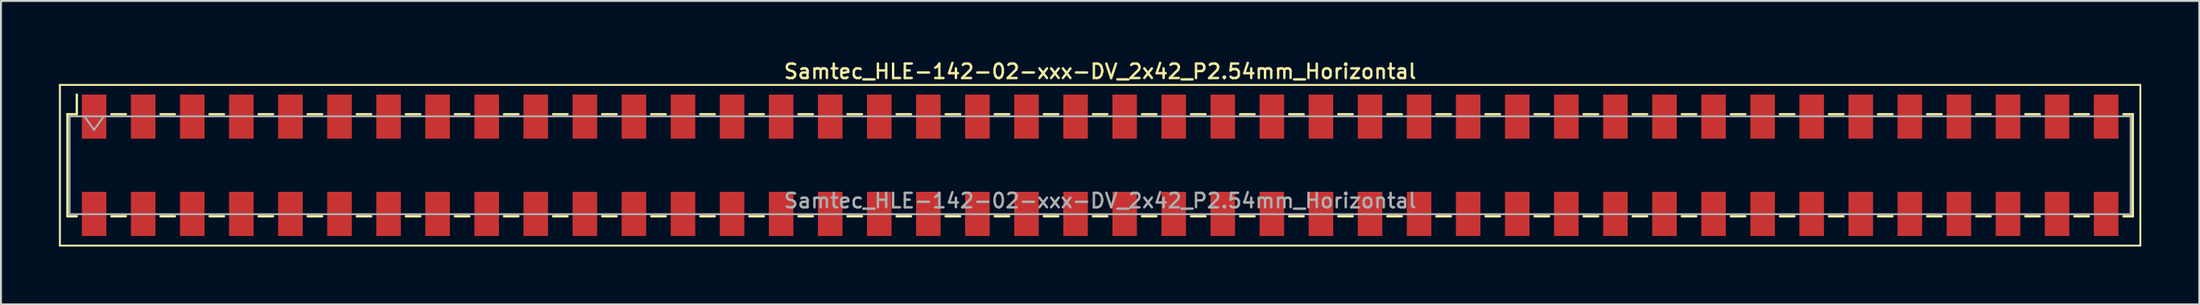
<source format=kicad_pcb>
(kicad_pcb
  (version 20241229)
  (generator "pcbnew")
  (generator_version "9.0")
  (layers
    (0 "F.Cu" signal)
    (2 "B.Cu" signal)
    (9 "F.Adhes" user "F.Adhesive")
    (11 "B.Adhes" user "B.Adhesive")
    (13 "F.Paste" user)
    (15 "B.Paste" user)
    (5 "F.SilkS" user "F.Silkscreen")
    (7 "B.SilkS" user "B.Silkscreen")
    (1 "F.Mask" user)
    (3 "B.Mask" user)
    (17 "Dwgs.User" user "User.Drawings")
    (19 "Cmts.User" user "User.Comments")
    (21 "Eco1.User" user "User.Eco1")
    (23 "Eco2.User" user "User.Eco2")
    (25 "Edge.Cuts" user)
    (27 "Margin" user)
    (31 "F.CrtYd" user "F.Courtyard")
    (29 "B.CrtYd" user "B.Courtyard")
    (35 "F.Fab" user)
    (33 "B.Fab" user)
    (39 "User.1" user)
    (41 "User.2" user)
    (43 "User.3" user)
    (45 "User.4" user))
  (footprint "Samtec_HLE-142-02-xxx-DV_2x42_P2.54mm_Horizontal"
    (layer "F.Cu")
    (at 53.89 5.528)
    (property "Reference" "Samtec_HLE-142-02-xxx-DV_2x42_P2.54mm_Horizontal" (at 0 -4.87 0) (layer "F.SilkS") (effects (font (size 0.75 0.75) (thickness 0.125))))
    (attr smd)
    (fp_line (start -53.84 -4.17) (end 53.84 -4.17) (stroke (width 0.1) (type solid)) (layer "F.SilkS"))
    (fp_line (start -53.84 4.17) (end -53.84 -4.17) (stroke (width 0.1) (type solid)) (layer "F.SilkS"))
    (fp_line (start -53.45 -2.65) (end -53.45 2.65) (stroke (width 0.12) (type solid)) (layer "F.SilkS"))
    (fp_line (start -53.45 2.65) (end -52.965 2.65) (stroke (width 0.12) (type solid)) (layer "F.SilkS"))
    (fp_line (start -52.965 -3.67) (end -52.965 -2.65) (stroke (width 0.12) (type solid)) (layer "F.SilkS"))
    (fp_line (start -52.965 -2.65) (end -53.45 -2.65) (stroke (width 0.12) (type solid)) (layer "F.SilkS"))
    (fp_line (start -51.175 -2.65) (end -50.425 -2.65) (stroke (width 0.12) (type solid)) (layer "F.SilkS"))
    (fp_line (start -51.175 2.65) (end -50.425 2.65) (stroke (width 0.12) (type solid)) (layer "F.SilkS"))
    (fp_line (start -48.635 -2.65) (end -47.885 -2.65) (stroke (width 0.12) (type solid)) (layer "F.SilkS"))
    (fp_line (start -48.635 2.65) (end -47.885 2.65) (stroke (width 0.12) (type solid)) (layer "F.SilkS"))
    (fp_line (start -46.095 -2.65) (end -45.345 -2.65) (stroke (width 0.12) (type solid)) (layer "F.SilkS"))
    (fp_line (start -46.095 2.65) (end -45.345 2.65) (stroke (width 0.12) (type solid)) (layer "F.SilkS"))
    (fp_line (start -43.555 -2.65) (end -42.805 -2.65) (stroke (width 0.12) (type solid)) (layer "F.SilkS"))
    (fp_line (start -43.555 2.65) (end -42.805 2.65) (stroke (width 0.12) (type solid)) (layer "F.SilkS"))
    (fp_line (start -41.015 -2.65) (end -40.265 -2.65) (stroke (width 0.12) (type solid)) (layer "F.SilkS"))
    (fp_line (start -41.015 2.65) (end -40.265 2.65) (stroke (width 0.12) (type solid)) (layer "F.SilkS"))
    (fp_line (start -38.475 -2.65) (end -37.725 -2.65) (stroke (width 0.12) (type solid)) (layer "F.SilkS"))
    (fp_line (start -38.475 2.65) (end -37.725 2.65) (stroke (width 0.12) (type solid)) (layer "F.SilkS"))
    (fp_line (start -35.935 -2.65) (end -35.185 -2.65) (stroke (width 0.12) (type solid)) (layer "F.SilkS"))
    (fp_line (start -35.935 2.65) (end -35.185 2.65) (stroke (width 0.12) (type solid)) (layer "F.SilkS"))
    (fp_line (start -33.395 -2.65) (end -32.645 -2.65) (stroke (width 0.12) (type solid)) (layer "F.SilkS"))
    (fp_line (start -33.395 2.65) (end -32.645 2.65) (stroke (width 0.12) (type solid)) (layer "F.SilkS"))
    (fp_line (start -30.855 -2.65) (end -30.105 -2.65) (stroke (width 0.12) (type solid)) (layer "F.SilkS"))
    (fp_line (start -30.855 2.65) (end -30.105 2.65) (stroke (width 0.12) (type solid)) (layer "F.SilkS"))
    (fp_line (start -28.315 -2.65) (end -27.565 -2.65) (stroke (width 0.12) (type solid)) (layer "F.SilkS"))
    (fp_line (start -28.315 2.65) (end -27.565 2.65) (stroke (width 0.12) (type solid)) (layer "F.SilkS"))
    (fp_line (start -25.775 -2.65) (end -25.025 -2.65) (stroke (width 0.12) (type solid)) (layer "F.SilkS"))
    (fp_line (start -25.775 2.65) (end -25.025 2.65) (stroke (width 0.12) (type solid)) (layer "F.SilkS"))
    (fp_line (start -23.235 -2.65) (end -22.485 -2.65) (stroke (width 0.12) (type solid)) (layer "F.SilkS"))
    (fp_line (start -23.235 2.65) (end -22.485 2.65) (stroke (width 0.12) (type solid)) (layer "F.SilkS"))
    (fp_line (start -20.695 -2.65) (end -19.945 -2.65) (stroke (width 0.12) (type solid)) (layer "F.SilkS"))
    (fp_line (start -20.695 2.65) (end -19.945 2.65) (stroke (width 0.12) (type solid)) (layer "F.SilkS"))
    (fp_line (start -18.155 -2.65) (end -17.405 -2.65) (stroke (width 0.12) (type solid)) (layer "F.SilkS"))
    (fp_line (start -18.155 2.65) (end -17.405 2.65) (stroke (width 0.12) (type solid)) (layer "F.SilkS"))
    (fp_line (start -15.615 -2.65) (end -14.865 -2.65) (stroke (width 0.12) (type solid)) (layer "F.SilkS"))
    (fp_line (start -15.615 2.65) (end -14.865 2.65) (stroke (width 0.12) (type solid)) (layer "F.SilkS"))
    (fp_line (start -13.075 -2.65) (end -12.325 -2.65) (stroke (width 0.12) (type solid)) (layer "F.SilkS"))
    (fp_line (start -13.075 2.65) (end -12.325 2.65) (stroke (width 0.12) (type solid)) (layer "F.SilkS"))
    (fp_line (start -10.535 -2.65) (end -9.785 -2.65) (stroke (width 0.12) (type solid)) (layer "F.SilkS"))
    (fp_line (start -10.535 2.65) (end -9.785 2.65) (stroke (width 0.12) (type solid)) (layer "F.SilkS"))
    (fp_line (start -7.995 -2.65) (end -7.245 -2.65) (stroke (width 0.12) (type solid)) (layer "F.SilkS"))
    (fp_line (start -7.995 2.65) (end -7.245 2.65) (stroke (width 0.12) (type solid)) (layer "F.SilkS"))
    (fp_line (start -5.455 -2.65) (end -4.705 -2.65) (stroke (width 0.12) (type solid)) (layer "F.SilkS"))
    (fp_line (start -5.455 2.65) (end -4.705 2.65) (stroke (width 0.12) (type solid)) (layer "F.SilkS"))
    (fp_line (start -2.915 -2.65) (end -2.165 -2.65) (stroke (width 0.12) (type solid)) (layer "F.SilkS"))
    (fp_line (start -2.915 2.65) (end -2.165 2.65) (stroke (width 0.12) (type solid)) (layer "F.SilkS"))
    (fp_line (start -0.375 -2.65) (end 0.375 -2.65) (stroke (width 0.12) (type solid)) (layer "F.SilkS"))
    (fp_line (start -0.375 2.65) (end 0.375 2.65) (stroke (width 0.12) (type solid)) (layer "F.SilkS"))
    (fp_line (start 2.165 -2.65) (end 2.915 -2.65) (stroke (width 0.12) (type solid)) (layer "F.SilkS"))
    (fp_line (start 2.165 2.65) (end 2.915 2.65) (stroke (width 0.12) (type solid)) (layer "F.SilkS"))
    (fp_line (start 4.705 -2.65) (end 5.455 -2.65) (stroke (width 0.12) (type solid)) (layer "F.SilkS"))
    (fp_line (start 4.705 2.65) (end 5.455 2.65) (stroke (width 0.12) (type solid)) (layer "F.SilkS"))
    (fp_line (start 7.245 -2.65) (end 7.995 -2.65) (stroke (width 0.12) (type solid)) (layer "F.SilkS"))
    (fp_line (start 7.245 2.65) (end 7.995 2.65) (stroke (width 0.12) (type solid)) (layer "F.SilkS"))
    (fp_line (start 9.785 -2.65) (end 10.535 -2.65) (stroke (width 0.12) (type solid)) (layer "F.SilkS"))
    (fp_line (start 9.785 2.65) (end 10.535 2.65) (stroke (width 0.12) (type solid)) (layer "F.SilkS"))
    (fp_line (start 12.325 -2.65) (end 13.075 -2.65) (stroke (width 0.12) (type solid)) (layer "F.SilkS"))
    (fp_line (start 12.325 2.65) (end 13.075 2.65) (stroke (width 0.12) (type solid)) (layer "F.SilkS"))
    (fp_line (start 14.865 -2.65) (end 15.615 -2.65) (stroke (width 0.12) (type solid)) (layer "F.SilkS"))
    (fp_line (start 14.865 2.65) (end 15.615 2.65) (stroke (width 0.12) (type solid)) (layer "F.SilkS"))
    (fp_line (start 17.405 -2.65) (end 18.155 -2.65) (stroke (width 0.12) (type solid)) (layer "F.SilkS"))
    (fp_line (start 17.405 2.65) (end 18.155 2.65) (stroke (width 0.12) (type solid)) (layer "F.SilkS"))
    (fp_line (start 19.945 -2.65) (end 20.695 -2.65) (stroke (width 0.12) (type solid)) (layer "F.SilkS"))
    (fp_line (start 19.945 2.65) (end 20.695 2.65) (stroke (width 0.12) (type solid)) (layer "F.SilkS"))
    (fp_line (start 22.485 -2.65) (end 23.235 -2.65) (stroke (width 0.12) (type solid)) (layer "F.SilkS"))
    (fp_line (start 22.485 2.65) (end 23.235 2.65) (stroke (width 0.12) (type solid)) (layer "F.SilkS"))
    (fp_line (start 25.025 -2.65) (end 25.775 -2.65) (stroke (width 0.12) (type solid)) (layer "F.SilkS"))
    (fp_line (start 25.025 2.65) (end 25.775 2.65) (stroke (width 0.12) (type solid)) (layer "F.SilkS"))
    (fp_line (start 27.565 -2.65) (end 28.315 -2.65) (stroke (width 0.12) (type solid)) (layer "F.SilkS"))
    (fp_line (start 27.565 2.65) (end 28.315 2.65) (stroke (width 0.12) (type solid)) (layer "F.SilkS"))
    (fp_line (start 30.105 -2.65) (end 30.855 -2.65) (stroke (width 0.12) (type solid)) (layer "F.SilkS"))
    (fp_line (start 30.105 2.65) (end 30.855 2.65) (stroke (width 0.12) (type solid)) (layer "F.SilkS"))
    (fp_line (start 32.645 -2.65) (end 33.395 -2.65) (stroke (width 0.12) (type solid)) (layer "F.SilkS"))
    (fp_line (start 32.645 2.65) (end 33.395 2.65) (stroke (width 0.12) (type solid)) (layer "F.SilkS"))
    (fp_line (start 35.185 -2.65) (end 35.935 -2.65) (stroke (width 0.12) (type solid)) (layer "F.SilkS"))
    (fp_line (start 35.185 2.65) (end 35.935 2.65) (stroke (width 0.12) (type solid)) (layer "F.SilkS"))
    (fp_line (start 37.725 -2.65) (end 38.475 -2.65) (stroke (width 0.12) (type solid)) (layer "F.SilkS"))
    (fp_line (start 37.725 2.65) (end 38.475 2.65) (stroke (width 0.12) (type solid)) (layer "F.SilkS"))
    (fp_line (start 40.265 -2.65) (end 41.015 -2.65) (stroke (width 0.12) (type solid)) (layer "F.SilkS"))
    (fp_line (start 40.265 2.65) (end 41.015 2.65) (stroke (width 0.12) (type solid)) (layer "F.SilkS"))
    (fp_line (start 42.805 -2.65) (end 43.555 -2.65) (stroke (width 0.12) (type solid)) (layer "F.SilkS"))
    (fp_line (start 42.805 2.65) (end 43.555 2.65) (stroke (width 0.12) (type solid)) (layer "F.SilkS"))
    (fp_line (start 45.345 -2.65) (end 46.095 -2.65) (stroke (width 0.12) (type solid)) (layer "F.SilkS"))
    (fp_line (start 45.345 2.65) (end 46.095 2.65) (stroke (width 0.12) (type solid)) (layer "F.SilkS"))
    (fp_line (start 47.885 -2.65) (end 48.635 -2.65) (stroke (width 0.12) (type solid)) (layer "F.SilkS"))
    (fp_line (start 47.885 2.65) (end 48.635 2.65) (stroke (width 0.12) (type solid)) (layer "F.SilkS"))
    (fp_line (start 50.425 -2.65) (end 51.175 -2.65) (stroke (width 0.12) (type solid)) (layer "F.SilkS"))
    (fp_line (start 50.425 2.65) (end 51.175 2.65) (stroke (width 0.12) (type solid)) (layer "F.SilkS"))
    (fp_line (start 52.965 -2.65) (end 53.45 -2.65) (stroke (width 0.12) (type solid)) (layer "F.SilkS"))
    (fp_line (start 53.45 -2.65) (end 53.45 2.65) (stroke (width 0.12) (type solid)) (layer "F.SilkS"))
    (fp_line (start 53.45 2.65) (end 52.965 2.65) (stroke (width 0.12) (type solid)) (layer "F.SilkS"))
    (fp_line (start 53.84 -4.17) (end 53.84 4.17) (stroke (width 0.1) (type solid)) (layer "F.SilkS"))
    (fp_line (start 53.84 4.17) (end -53.84 4.17) (stroke (width 0.1) (type solid)) (layer "F.SilkS"))
    (fp_line (start -53.34 -2.54) (end 53.34 -2.54) (stroke (width 0.1) (type solid)) (layer "F.Fab"))
    (fp_line (start -53.34 2.54) (end -53.34 -2.54) (stroke (width 0.1) (type solid)) (layer "F.Fab"))
    (fp_line (start -52.57 -2.54) (end -52.07 -1.833) (stroke (width 0.1) (type solid)) (layer "F.Fab"))
    (fp_line (start -52.07 -1.833) (end -51.57 -2.54) (stroke (width 0.1) (type solid)) (layer "F.Fab"))
    (fp_line (start 53.34 -2.54) (end 53.34 2.54) (stroke (width 0.1) (type solid)) (layer "F.Fab"))
    (fp_line (start 53.34 2.54) (end -53.34 2.54) (stroke (width 0.1) (type solid)) (layer "F.Fab"))
    (fp_text user "${REFERENCE}" (at 0 1.84 0) (layer "F.Fab") (effects (font (size 0.75 0.75) (thickness 0.125))))
    (pad "1" smd rect (at -52.07 -2.525) (size 1.27 2.29) (layers "F.Cu" "F.Mask" "F.Paste"))
    (pad "2" smd rect (at -52.07 2.525) (size 1.27 2.29) (layers "F.Cu" "F.Mask" "F.Paste"))
    (pad "3" smd rect (at -49.53 -2.525) (size 1.27 2.29) (layers "F.Cu" "F.Mask" "F.Paste"))
    (pad "4" smd rect (at -49.53 2.525) (size 1.27 2.29) (layers "F.Cu" "F.Mask" "F.Paste"))
    (pad "5" smd rect (at -46.99 -2.525) (size 1.27 2.29) (layers "F.Cu" "F.Mask" "F.Paste"))
    (pad "6" smd rect (at -46.99 2.525) (size 1.27 2.29) (layers "F.Cu" "F.Mask" "F.Paste"))
    (pad "7" smd rect (at -44.45 -2.525) (size 1.27 2.29) (layers "F.Cu" "F.Mask" "F.Paste"))
    (pad "8" smd rect (at -44.45 2.525) (size 1.27 2.29) (layers "F.Cu" "F.Mask" "F.Paste"))
    (pad "9" smd rect (at -41.91 -2.525) (size 1.27 2.29) (layers "F.Cu" "F.Mask" "F.Paste"))
    (pad "10" smd rect (at -41.91 2.525) (size 1.27 2.29) (layers "F.Cu" "F.Mask" "F.Paste"))
    (pad "11" smd rect (at -39.37 -2.525) (size 1.27 2.29) (layers "F.Cu" "F.Mask" "F.Paste"))
    (pad "12" smd rect (at -39.37 2.525) (size 1.27 2.29) (layers "F.Cu" "F.Mask" "F.Paste"))
    (pad "13" smd rect (at -36.83 -2.525) (size 1.27 2.29) (layers "F.Cu" "F.Mask" "F.Paste"))
    (pad "14" smd rect (at -36.83 2.525) (size 1.27 2.29) (layers "F.Cu" "F.Mask" "F.Paste"))
    (pad "15" smd rect (at -34.29 -2.525) (size 1.27 2.29) (layers "F.Cu" "F.Mask" "F.Paste"))
    (pad "16" smd rect (at -34.29 2.525) (size 1.27 2.29) (layers "F.Cu" "F.Mask" "F.Paste"))
    (pad "17" smd rect (at -31.75 -2.525) (size 1.27 2.29) (layers "F.Cu" "F.Mask" "F.Paste"))
    (pad "18" smd rect (at -31.75 2.525) (size 1.27 2.29) (layers "F.Cu" "F.Mask" "F.Paste"))
    (pad "19" smd rect (at -29.21 -2.525) (size 1.27 2.29) (layers "F.Cu" "F.Mask" "F.Paste"))
    (pad "20" smd rect (at -29.21 2.525) (size 1.27 2.29) (layers "F.Cu" "F.Mask" "F.Paste"))
    (pad "21" smd rect (at -26.67 -2.525) (size 1.27 2.29) (layers "F.Cu" "F.Mask" "F.Paste"))
    (pad "22" smd rect (at -26.67 2.525) (size 1.27 2.29) (layers "F.Cu" "F.Mask" "F.Paste"))
    (pad "23" smd rect (at -24.13 -2.525) (size 1.27 2.29) (layers "F.Cu" "F.Mask" "F.Paste"))
    (pad "24" smd rect (at -24.13 2.525) (size 1.27 2.29) (layers "F.Cu" "F.Mask" "F.Paste"))
    (pad "25" smd rect (at -21.59 -2.525) (size 1.27 2.29) (layers "F.Cu" "F.Mask" "F.Paste"))
    (pad "26" smd rect (at -21.59 2.525) (size 1.27 2.29) (layers "F.Cu" "F.Mask" "F.Paste"))
    (pad "27" smd rect (at -19.05 -2.525) (size 1.27 2.29) (layers "F.Cu" "F.Mask" "F.Paste"))
    (pad "28" smd rect (at -19.05 2.525) (size 1.27 2.29) (layers "F.Cu" "F.Mask" "F.Paste"))
    (pad "29" smd rect (at -16.51 -2.525) (size 1.27 2.29) (layers "F.Cu" "F.Mask" "F.Paste"))
    (pad "30" smd rect (at -16.51 2.525) (size 1.27 2.29) (layers "F.Cu" "F.Mask" "F.Paste"))
    (pad "31" smd rect (at -13.97 -2.525) (size 1.27 2.29) (layers "F.Cu" "F.Mask" "F.Paste"))
    (pad "32" smd rect (at -13.97 2.525) (size 1.27 2.29) (layers "F.Cu" "F.Mask" "F.Paste"))
    (pad "33" smd rect (at -11.43 -2.525) (size 1.27 2.29) (layers "F.Cu" "F.Mask" "F.Paste"))
    (pad "34" smd rect (at -11.43 2.525) (size 1.27 2.29) (layers "F.Cu" "F.Mask" "F.Paste"))
    (pad "35" smd rect (at -8.89 -2.525) (size 1.27 2.29) (layers "F.Cu" "F.Mask" "F.Paste"))
    (pad "36" smd rect (at -8.89 2.525) (size 1.27 2.29) (layers "F.Cu" "F.Mask" "F.Paste"))
    (pad "37" smd rect (at -6.35 -2.525) (size 1.27 2.29) (layers "F.Cu" "F.Mask" "F.Paste"))
    (pad "38" smd rect (at -6.35 2.525) (size 1.27 2.29) (layers "F.Cu" "F.Mask" "F.Paste"))
    (pad "39" smd rect (at -3.81 -2.525) (size 1.27 2.29) (layers "F.Cu" "F.Mask" "F.Paste"))
    (pad "40" smd rect (at -3.81 2.525) (size 1.27 2.29) (layers "F.Cu" "F.Mask" "F.Paste"))
    (pad "41" smd rect (at -1.27 -2.525) (size 1.27 2.29) (layers "F.Cu" "F.Mask" "F.Paste"))
    (pad "42" smd rect (at -1.27 2.525) (size 1.27 2.29) (layers "F.Cu" "F.Mask" "F.Paste"))
    (pad "43" smd rect (at 1.27 -2.525) (size 1.27 2.29) (layers "F.Cu" "F.Mask" "F.Paste"))
    (pad "44" smd rect (at 1.27 2.525) (size 1.27 2.29) (layers "F.Cu" "F.Mask" "F.Paste"))
    (pad "45" smd rect (at 3.81 -2.525) (size 1.27 2.29) (layers "F.Cu" "F.Mask" "F.Paste"))
    (pad "46" smd rect (at 3.81 2.525) (size 1.27 2.29) (layers "F.Cu" "F.Mask" "F.Paste"))
    (pad "47" smd rect (at 6.35 -2.525) (size 1.27 2.29) (layers "F.Cu" "F.Mask" "F.Paste"))
    (pad "48" smd rect (at 6.35 2.525) (size 1.27 2.29) (layers "F.Cu" "F.Mask" "F.Paste"))
    (pad "49" smd rect (at 8.89 -2.525) (size 1.27 2.29) (layers "F.Cu" "F.Mask" "F.Paste"))
    (pad "50" smd rect (at 8.89 2.525) (size 1.27 2.29) (layers "F.Cu" "F.Mask" "F.Paste"))
    (pad "51" smd rect (at 11.43 -2.525) (size 1.27 2.29) (layers "F.Cu" "F.Mask" "F.Paste"))
    (pad "52" smd rect (at 11.43 2.525) (size 1.27 2.29) (layers "F.Cu" "F.Mask" "F.Paste"))
    (pad "53" smd rect (at 13.97 -2.525) (size 1.27 2.29) (layers "F.Cu" "F.Mask" "F.Paste"))
    (pad "54" smd rect (at 13.97 2.525) (size 1.27 2.29) (layers "F.Cu" "F.Mask" "F.Paste"))
    (pad "55" smd rect (at 16.51 -2.525) (size 1.27 2.29) (layers "F.Cu" "F.Mask" "F.Paste"))
    (pad "56" smd rect (at 16.51 2.525) (size 1.27 2.29) (layers "F.Cu" "F.Mask" "F.Paste"))
    (pad "57" smd rect (at 19.05 -2.525) (size 1.27 2.29) (layers "F.Cu" "F.Mask" "F.Paste"))
    (pad "58" smd rect (at 19.05 2.525) (size 1.27 2.29) (layers "F.Cu" "F.Mask" "F.Paste"))
    (pad "59" smd rect (at 21.59 -2.525) (size 1.27 2.29) (layers "F.Cu" "F.Mask" "F.Paste"))
    (pad "60" smd rect (at 21.59 2.525) (size 1.27 2.29) (layers "F.Cu" "F.Mask" "F.Paste"))
    (pad "61" smd rect (at 24.13 -2.525) (size 1.27 2.29) (layers "F.Cu" "F.Mask" "F.Paste"))
    (pad "62" smd rect (at 24.13 2.525) (size 1.27 2.29) (layers "F.Cu" "F.Mask" "F.Paste"))
    (pad "63" smd rect (at 26.67 -2.525) (size 1.27 2.29) (layers "F.Cu" "F.Mask" "F.Paste"))
    (pad "64" smd rect (at 26.67 2.525) (size 1.27 2.29) (layers "F.Cu" "F.Mask" "F.Paste"))
    (pad "65" smd rect (at 29.21 -2.525) (size 1.27 2.29) (layers "F.Cu" "F.Mask" "F.Paste"))
    (pad "66" smd rect (at 29.21 2.525) (size 1.27 2.29) (layers "F.Cu" "F.Mask" "F.Paste"))
    (pad "67" smd rect (at 31.75 -2.525) (size 1.27 2.29) (layers "F.Cu" "F.Mask" "F.Paste"))
    (pad "68" smd rect (at 31.75 2.525) (size 1.27 2.29) (layers "F.Cu" "F.Mask" "F.Paste"))
    (pad "69" smd rect (at 34.29 -2.525) (size 1.27 2.29) (layers "F.Cu" "F.Mask" "F.Paste"))
    (pad "70" smd rect (at 34.29 2.525) (size 1.27 2.29) (layers "F.Cu" "F.Mask" "F.Paste"))
    (pad "71" smd rect (at 36.83 -2.525) (size 1.27 2.29) (layers "F.Cu" "F.Mask" "F.Paste"))
    (pad "72" smd rect (at 36.83 2.525) (size 1.27 2.29) (layers "F.Cu" "F.Mask" "F.Paste"))
    (pad "73" smd rect (at 39.37 -2.525) (size 1.27 2.29) (layers "F.Cu" "F.Mask" "F.Paste"))
    (pad "74" smd rect (at 39.37 2.525) (size 1.27 2.29) (layers "F.Cu" "F.Mask" "F.Paste"))
    (pad "75" smd rect (at 41.91 -2.525) (size 1.27 2.29) (layers "F.Cu" "F.Mask" "F.Paste"))
    (pad "76" smd rect (at 41.91 2.525) (size 1.27 2.29) (layers "F.Cu" "F.Mask" "F.Paste"))
    (pad "77" smd rect (at 44.45 -2.525) (size 1.27 2.29) (layers "F.Cu" "F.Mask" "F.Paste"))
    (pad "78" smd rect (at 44.45 2.525) (size 1.27 2.29) (layers "F.Cu" "F.Mask" "F.Paste"))
    (pad "79" smd rect (at 46.99 -2.525) (size 1.27 2.29) (layers "F.Cu" "F.Mask" "F.Paste"))
    (pad "80" smd rect (at 46.99 2.525) (size 1.27 2.29) (layers "F.Cu" "F.Mask" "F.Paste"))
    (pad "81" smd rect (at 49.53 -2.525) (size 1.27 2.29) (layers "F.Cu" "F.Mask" "F.Paste"))
    (pad "82" smd rect (at 49.53 2.525) (size 1.27 2.29) (layers "F.Cu" "F.Mask" "F.Paste"))
    (pad "83" smd rect (at 52.07 -2.525) (size 1.27 2.29) (layers "F.Cu" "F.Mask" "F.Paste"))
    (pad "84" smd rect (at 52.07 2.525) (size 1.27 2.29) (layers "F.Cu" "F.Mask" "F.Paste")))
  (gr_rect
    (start -3 -3)
    (end 110.78 12.748)
    (stroke (width 0.1) (type default))
    (fill no)
    (layer "Edge.Cuts")))
</source>
